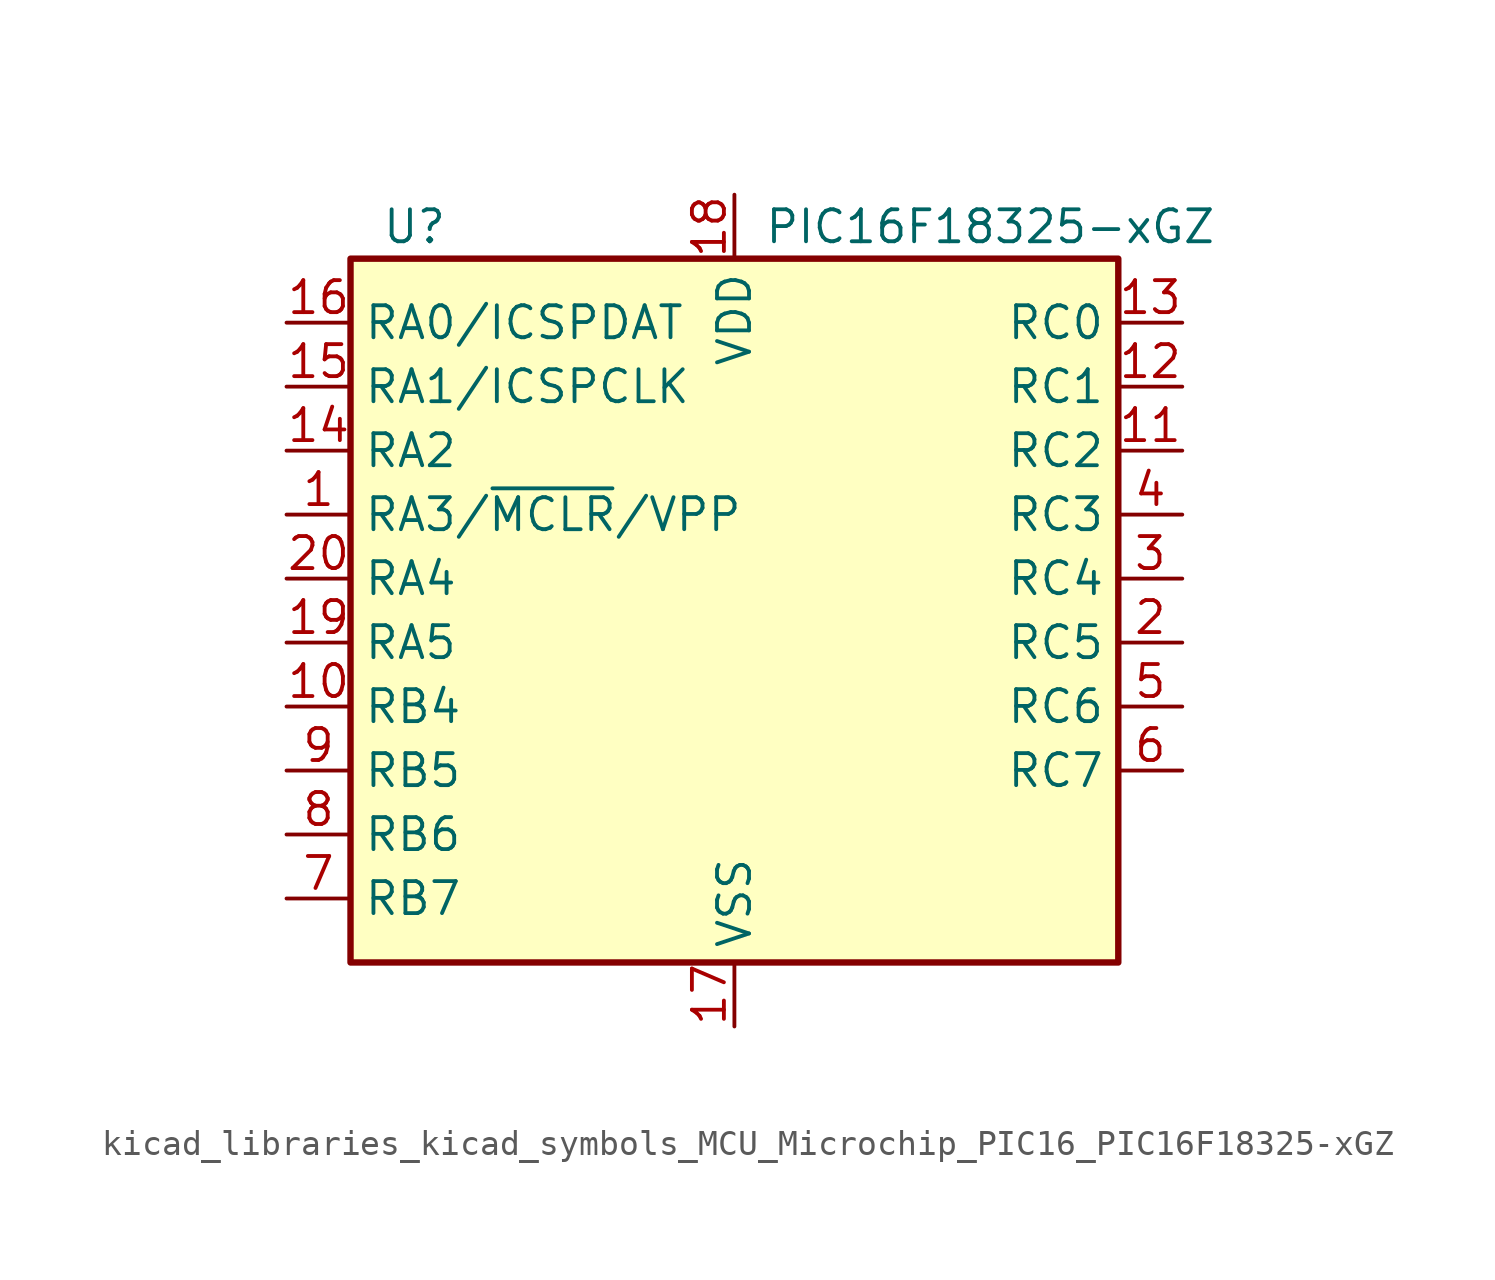
<source format=kicad_sym>
(kicad_symbol_lib
  (version 20220914)
  (generator kicad_symbol_editor)
  (symbol "kicad_libraries_kicad_symbols_MCU_Microchip_PIC16_PIC16F18325-xGZ"
    (property "Reference" "U"
      (at -12.7 13.97 0)
      (effects (font (size 1.27 1.27))))
    (property "Value" "PIC16F18325-xGZ"
      (at 10.16 13.97 0)
      (effects (font (size 1.27 1.27))))
    (symbol "kicad_libraries_kicad_symbols_MCU_Microchip_PIC16_PIC16F18325-xGZ_1_1"
      (rectangle (start -15.24 12.7) (end 15.24 -15.24) (stroke (width 0.254) (type default)) (fill (type background)))
      (pin bidirectional line (at -17.78 2.54 0) (length 2.54) (name "RA3/~{MCLR}/VPP" (effects (font (size 1.27 1.27)))) (number "1" (effects (font (size 1.27 1.27)))))
      (pin bidirectional line (at -17.78 -5.08 0) (length 2.54) (name "RB4" (effects (font (size 1.27 1.27)))) (number "10" (effects (font (size 1.27 1.27)))))
      (pin bidirectional line (at 17.78 5.08 180) (length 2.54) (name "RC2" (effects (font (size 1.27 1.27)))) (number "11" (effects (font (size 1.27 1.27)))))
      (pin bidirectional line (at 17.78 7.62 180) (length 2.54) (name "RC1" (effects (font (size 1.27 1.27)))) (number "12" (effects (font (size 1.27 1.27)))))
      (pin bidirectional line (at 17.78 10.16 180) (length 2.54) (name "RC0" (effects (font (size 1.27 1.27)))) (number "13" (effects (font (size 1.27 1.27)))))
      (pin bidirectional line (at -17.78 5.08 0) (length 2.54) (name "RA2" (effects (font (size 1.27 1.27)))) (number "14" (effects (font (size 1.27 1.27)))))
      (pin bidirectional line (at -17.78 7.62 0) (length 2.54) (name "RA1/ICSPCLK" (effects (font (size 1.27 1.27)))) (number "15" (effects (font (size 1.27 1.27)))))
      (pin bidirectional line (at -17.78 10.16 0) (length 2.54) (name "RA0/ICSPDAT" (effects (font (size 1.27 1.27)))) (number "16" (effects (font (size 1.27 1.27)))))
      (pin power_in line (at 0 -17.78 90) (length 2.54) (name "VSS" (effects (font (size 1.27 1.27)))) (number "17" (effects (font (size 1.27 1.27)))))
      (pin power_in line (at 0 15.24 270) (length 2.54) (name "VDD" (effects (font (size 1.27 1.27)))) (number "18" (effects (font (size 1.27 1.27)))))
      (pin bidirectional line (at -17.78 -2.54 0) (length 2.54) (name "RA5" (effects (font (size 1.27 1.27)))) (number "19" (effects (font (size 1.27 1.27)))))
      (pin bidirectional line (at 17.78 -2.54 180) (length 2.54) (name "RC5" (effects (font (size 1.27 1.27)))) (number "2" (effects (font (size 1.27 1.27)))))
      (pin bidirectional line (at -17.78 0 0) (length 2.54) (name "RA4" (effects (font (size 1.27 1.27)))) (number "20" (effects (font (size 1.27 1.27)))))
      (pin passive line (at 0 -17.78 90) (length 2.54) hide (name "VSS" (effects (font (size 1.27 1.27)))) (number "21" (effects (font (size 1.27 1.27)))))
      (pin bidirectional line (at 17.78 0 180) (length 2.54) (name "RC4" (effects (font (size 1.27 1.27)))) (number "3" (effects (font (size 1.27 1.27)))))
      (pin bidirectional line (at 17.78 2.54 180) (length 2.54) (name "RC3" (effects (font (size 1.27 1.27)))) (number "4" (effects (font (size 1.27 1.27)))))
      (pin bidirectional line (at 17.78 -5.08 180) (length 2.54) (name "RC6" (effects (font (size 1.27 1.27)))) (number "5" (effects (font (size 1.27 1.27)))))
      (pin bidirectional line (at 17.78 -7.62 180) (length 2.54) (name "RC7" (effects (font (size 1.27 1.27)))) (number "6" (effects (font (size 1.27 1.27)))))
      (pin bidirectional line (at -17.78 -12.7 0) (length 2.54) (name "RB7" (effects (font (size 1.27 1.27)))) (number "7" (effects (font (size 1.27 1.27)))))
      (pin bidirectional line (at -17.78 -10.16 0) (length 2.54) (name "RB6" (effects (font (size 1.27 1.27)))) (number "8" (effects (font (size 1.27 1.27)))))
      (pin bidirectional line (at -17.78 -7.62 0) (length 2.54) (name "RB5" (effects (font (size 1.27 1.27)))) (number "9" (effects (font (size 1.27 1.27))))))))
</source>
